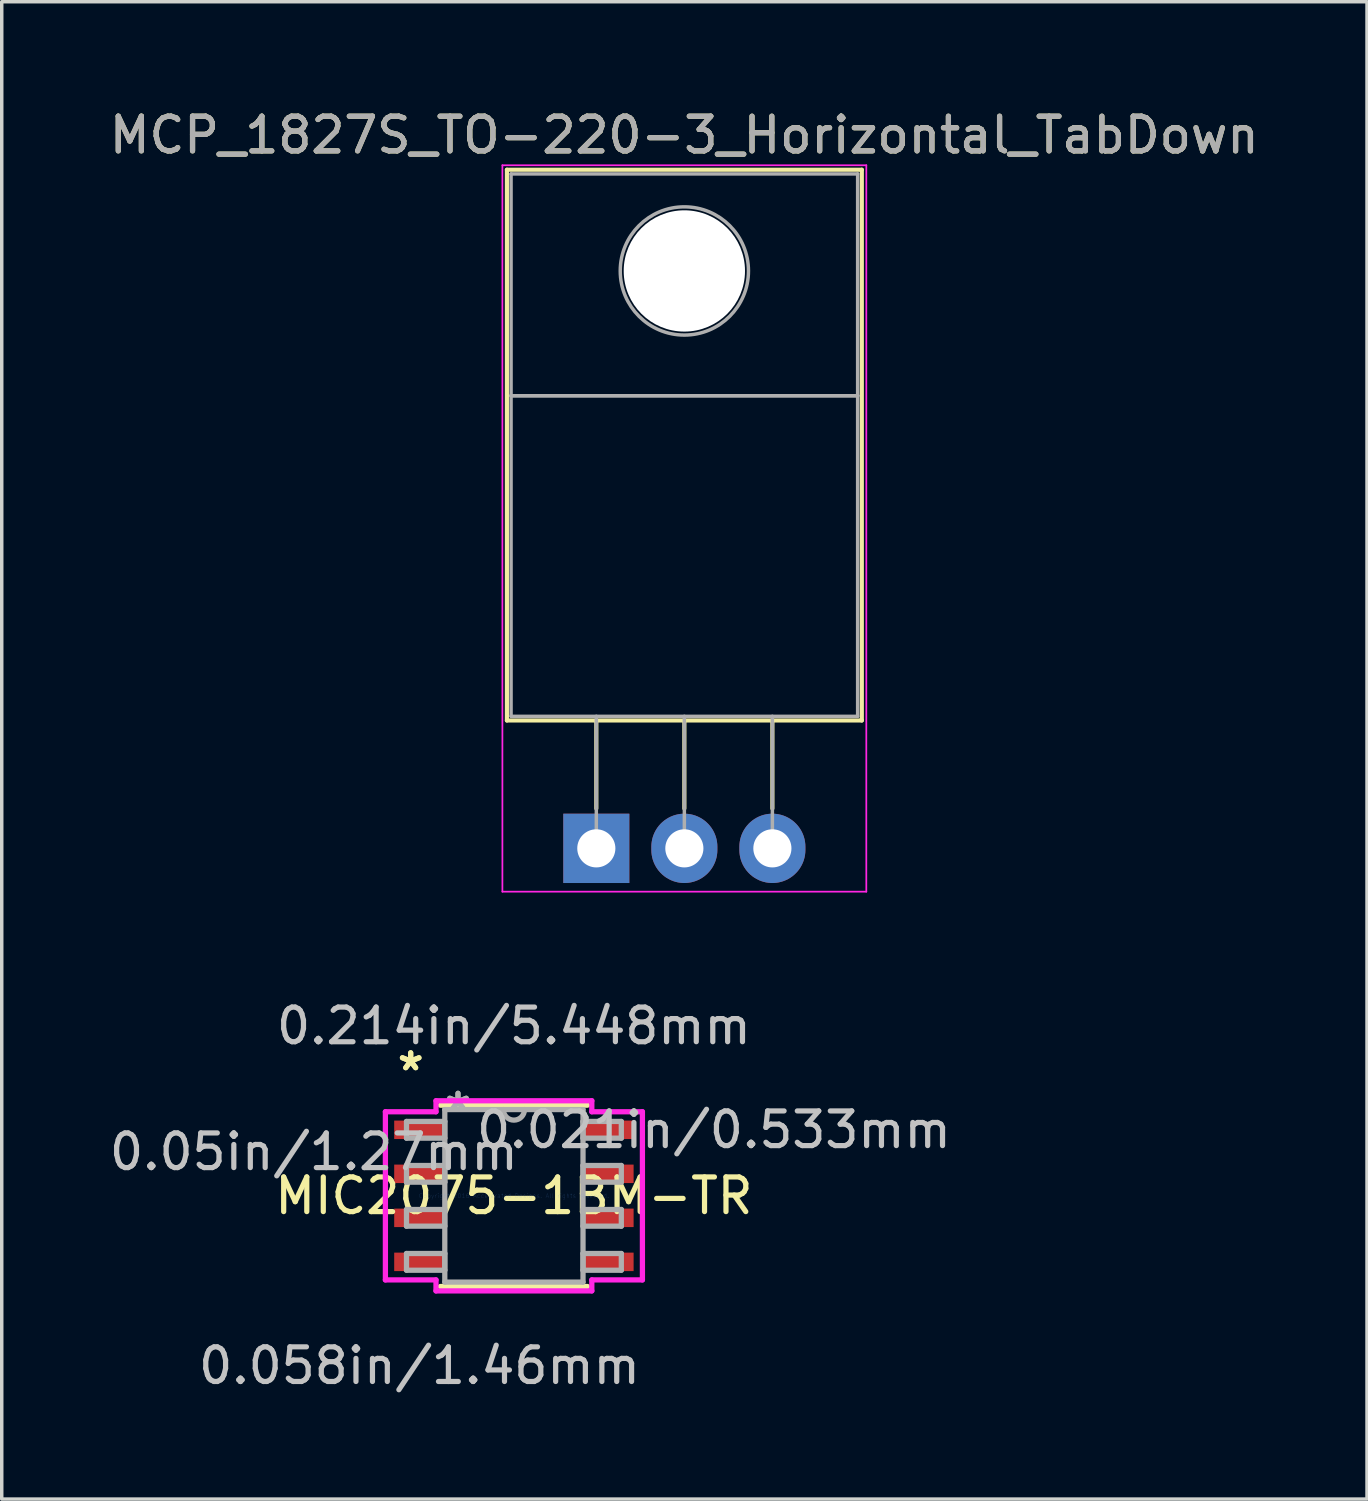
<source format=kicad_pcb>
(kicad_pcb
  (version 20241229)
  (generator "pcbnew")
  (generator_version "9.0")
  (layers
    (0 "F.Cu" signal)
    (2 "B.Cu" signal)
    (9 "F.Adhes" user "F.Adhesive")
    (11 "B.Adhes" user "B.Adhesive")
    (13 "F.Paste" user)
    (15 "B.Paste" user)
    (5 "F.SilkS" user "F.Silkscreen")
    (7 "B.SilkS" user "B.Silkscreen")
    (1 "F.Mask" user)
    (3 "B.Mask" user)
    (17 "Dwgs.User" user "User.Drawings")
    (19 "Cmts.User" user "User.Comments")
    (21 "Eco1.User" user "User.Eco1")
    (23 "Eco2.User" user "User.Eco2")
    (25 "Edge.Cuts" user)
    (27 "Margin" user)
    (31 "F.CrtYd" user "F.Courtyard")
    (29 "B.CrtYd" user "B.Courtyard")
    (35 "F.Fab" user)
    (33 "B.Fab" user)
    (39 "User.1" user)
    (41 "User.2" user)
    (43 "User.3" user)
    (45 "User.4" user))
  (footprint "MIC2075-1BM-TR"
    (layer "F.Cu")
    (at 11.778 31.454)
    (property "Reference" "MIC2075-1BM-TR" (at 0 0 0) (layer "F.SilkS") (effects (font (size 1 1) (thickness 0.15))))
    (attr through_hole)
    (fp_line (start -2.121 2.616) (end 2.121 2.616) (stroke (width 0.152) (type solid)) (layer "F.SilkS"))
    (fp_line (start 2.121 -2.616) (end -2.121 -2.616) (stroke (width 0.152) (type solid)) (layer "F.SilkS"))
    (fp_line (start -3.708 -2.426) (end -2.248 -2.426) (stroke (width 0.152) (type solid)) (layer "F.CrtYd"))
    (fp_line (start -3.708 2.426) (end -3.708 -2.426) (stroke (width 0.152) (type solid)) (layer "F.CrtYd"))
    (fp_line (start -2.248 -2.743) (end 2.248 -2.743) (stroke (width 0.152) (type solid)) (layer "F.CrtYd"))
    (fp_line (start -2.248 -2.426) (end -2.248 -2.743) (stroke (width 0.152) (type solid)) (layer "F.CrtYd"))
    (fp_line (start -2.248 2.426) (end -3.708 2.426) (stroke (width 0.152) (type solid)) (layer "F.CrtYd"))
    (fp_line (start -2.248 2.743) (end -2.248 2.426) (stroke (width 0.152) (type solid)) (layer "F.CrtYd"))
    (fp_line (start 2.248 -2.743) (end 2.248 -2.426) (stroke (width 0.152) (type solid)) (layer "F.CrtYd"))
    (fp_line (start 2.248 -2.426) (end 3.708 -2.426) (stroke (width 0.152) (type solid)) (layer "F.CrtYd"))
    (fp_line (start 2.248 2.426) (end 2.248 2.743) (stroke (width 0.152) (type solid)) (layer "F.CrtYd"))
    (fp_line (start 2.248 2.743) (end -2.248 2.743) (stroke (width 0.152) (type solid)) (layer "F.CrtYd"))
    (fp_line (start 3.708 -2.426) (end 3.708 2.426) (stroke (width 0.152) (type solid)) (layer "F.CrtYd"))
    (fp_line (start 3.708 2.426) (end 2.248 2.426) (stroke (width 0.152) (type solid)) (layer "F.CrtYd"))
    (fp_line (start -3.099 -2.146) (end -3.099 -1.664) (stroke (width 0.152) (type solid)) (layer "F.Fab"))
    (fp_line (start -3.099 -1.664) (end -1.994 -1.664) (stroke (width 0.152) (type solid)) (layer "F.Fab"))
    (fp_line (start -3.099 -0.876) (end -3.099 -0.394) (stroke (width 0.152) (type solid)) (layer "F.Fab"))
    (fp_line (start -3.099 -0.394) (end -1.994 -0.394) (stroke (width 0.152) (type solid)) (layer "F.Fab"))
    (fp_line (start -3.099 0.394) (end -3.099 0.876) (stroke (width 0.152) (type solid)) (layer "F.Fab"))
    (fp_line (start -3.099 0.876) (end -1.994 0.876) (stroke (width 0.152) (type solid)) (layer "F.Fab"))
    (fp_line (start -3.099 1.664) (end -3.099 2.146) (stroke (width 0.152) (type solid)) (layer "F.Fab"))
    (fp_line (start -3.099 2.146) (end -1.994 2.146) (stroke (width 0.152) (type solid)) (layer "F.Fab"))
    (fp_line (start -1.994 -2.489) (end -1.994 2.489) (stroke (width 0.152) (type solid)) (layer "F.Fab"))
    (fp_line (start -1.994 -2.146) (end -3.099 -2.146) (stroke (width 0.152) (type solid)) (layer "F.Fab"))
    (fp_line (start -1.994 -1.664) (end -1.994 -2.146) (stroke (width 0.152) (type solid)) (layer "F.Fab"))
    (fp_line (start -1.994 -0.876) (end -3.099 -0.876) (stroke (width 0.152) (type solid)) (layer "F.Fab"))
    (fp_line (start -1.994 -0.394) (end -1.994 -0.876) (stroke (width 0.152) (type solid)) (layer "F.Fab"))
    (fp_line (start -1.994 0.394) (end -3.099 0.394) (stroke (width 0.152) (type solid)) (layer "F.Fab"))
    (fp_line (start -1.994 0.876) (end -1.994 0.394) (stroke (width 0.152) (type solid)) (layer "F.Fab"))
    (fp_line (start -1.994 1.664) (end -3.099 1.664) (stroke (width 0.152) (type solid)) (layer "F.Fab"))
    (fp_line (start -1.994 2.146) (end -1.994 1.664) (stroke (width 0.152) (type solid)) (layer "F.Fab"))
    (fp_line (start -1.994 2.489) (end 1.994 2.489) (stroke (width 0.152) (type solid)) (layer "F.Fab"))
    (fp_line (start 1.994 -2.489) (end -1.994 -2.489) (stroke (width 0.152) (type solid)) (layer "F.Fab"))
    (fp_line (start 1.994 -2.146) (end 1.994 -1.664) (stroke (width 0.152) (type solid)) (layer "F.Fab"))
    (fp_line (start 1.994 -1.664) (end 3.099 -1.664) (stroke (width 0.152) (type solid)) (layer "F.Fab"))
    (fp_line (start 1.994 -0.876) (end 1.994 -0.394) (stroke (width 0.152) (type solid)) (layer "F.Fab"))
    (fp_line (start 1.994 -0.394) (end 3.099 -0.394) (stroke (width 0.152) (type solid)) (layer "F.Fab"))
    (fp_line (start 1.994 0.394) (end 1.994 0.876) (stroke (width 0.152) (type solid)) (layer "F.Fab"))
    (fp_line (start 1.994 0.876) (end 3.099 0.876) (stroke (width 0.152) (type solid)) (layer "F.Fab"))
    (fp_line (start 1.994 1.664) (end 1.994 2.146) (stroke (width 0.152) (type solid)) (layer "F.Fab"))
    (fp_line (start 1.994 2.146) (end 3.099 2.146) (stroke (width 0.152) (type solid)) (layer "F.Fab"))
    (fp_line (start 1.994 2.489) (end 1.994 -2.489) (stroke (width 0.152) (type solid)) (layer "F.Fab"))
    (fp_line (start 3.099 -2.146) (end 1.994 -2.146) (stroke (width 0.152) (type solid)) (layer "F.Fab"))
    (fp_line (start 3.099 -1.664) (end 3.099 -2.146) (stroke (width 0.152) (type solid)) (layer "F.Fab"))
    (fp_line (start 3.099 -0.876) (end 1.994 -0.876) (stroke (width 0.152) (type solid)) (layer "F.Fab"))
    (fp_line (start 3.099 -0.394) (end 3.099 -0.876) (stroke (width 0.152) (type solid)) (layer "F.Fab"))
    (fp_line (start 3.099 0.394) (end 1.994 0.394) (stroke (width 0.152) (type solid)) (layer "F.Fab"))
    (fp_line (start 3.099 0.876) (end 3.099 0.394) (stroke (width 0.152) (type solid)) (layer "F.Fab"))
    (fp_line (start 3.099 1.664) (end 1.994 1.664) (stroke (width 0.152) (type solid)) (layer "F.Fab"))
    (fp_line (start 3.099 2.146) (end 3.099 1.664) (stroke (width 0.152) (type solid)) (layer "F.Fab"))
    (fp_arc (start 0.3048 -2.4892) (mid 0 -2.1844) (end -0.3048 -2.4892) (stroke (width 0.1524) (type solid)) (layer "F.Fab"))
    (fp_text user "*" (at -2.978 -3.581 0) (layer "F.SilkS") (effects (font (size 1 1) (thickness 0.15))))
    (fp_text user "*" (at -2.978 -3.581 0) (layer "F.SilkS") (effects (font (size 1 1) (thickness 0.15))))
    (fp_text user "0.214in/5.448mm" (at 0 -4.902 0) (layer "Dwgs.User") (effects (font (size 1 1) (thickness 0.15))))
    (fp_text user "0.058in/1.46mm" (at -2.724 4.902 0) (layer "Dwgs.User") (effects (font (size 1 1) (thickness 0.15))))
    (fp_text user "0.05in/1.27mm" (at -5.772 -1.27 0) (layer "Dwgs.User") (effects (font (size 1 1) (thickness 0.15))))
    (fp_text user "0.021in/0.533mm" (at 5.772 -1.905 0) (layer "Dwgs.User") (effects (font (size 1 1) (thickness 0.15))))
    (fp_text user "Copyright 2016 Accelerated Designs. All rights reserved." (at 0 0 0) (layer "Cmts.User") (effects (font (size 0.127 0.127) (thickness 0.002))))
    (fp_text user "*" (at -1.613 -2.413 0) (layer "F.Fab") (effects (font (size 1 1) (thickness 0.15))))
    (fp_text user "*" (at -1.613 -2.413 0) (layer "F.Fab") (effects (font (size 1 1) (thickness 0.15))))
    (pad "1" smd rect (at -2.724 -1.905) (size 1.46 0.533) (layers "F.Cu" "F.Mask" "F.Paste"))
    (pad "2" smd rect (at -2.724 -0.635) (size 1.46 0.533) (layers "F.Cu" "F.Mask" "F.Paste"))
    (pad "3" smd rect (at -2.724 0.635) (size 1.46 0.533) (layers "F.Cu" "F.Mask" "F.Paste"))
    (pad "4" smd rect (at -2.724 1.905) (size 1.46 0.533) (layers "F.Cu" "F.Mask" "F.Paste"))
    (pad "5" smd rect (at 2.724 1.905) (size 1.46 0.533) (layers "F.Cu" "F.Mask" "F.Paste"))
    (pad "6" smd rect (at 2.724 0.635) (size 1.46 0.533) (layers "F.Cu" "F.Mask" "F.Paste"))
    (pad "7" smd rect (at 2.724 -0.635) (size 1.46 0.533) (layers "F.Cu" "F.Mask" "F.Paste"))
    (pad "8" smd rect (at 2.724 -1.905) (size 1.46 0.533) (layers "F.Cu" "F.Mask" "F.Paste")))
  (footprint "MCP_1827S_TO-220-3_Horizontal_TabDown"
    (layer "F.Cu")
    (at 14.156 21.428)
    (property "Reference" "MCP_1827S_TO-220-3_Horizontal_TabDown" (at 2.54 -20.58 0) (layer "F.SilkS") (effects (font (size 1 1) (thickness 0.15))))
    (attr through_hole)
    (fp_line (start -2.58 -19.58) (end -2.58 -3.69) (stroke (width 0.12) (type solid)) (layer "F.SilkS"))
    (fp_line (start -2.58 -19.58) (end 7.66 -19.58) (stroke (width 0.12) (type solid)) (layer "F.SilkS"))
    (fp_line (start -2.58 -3.69) (end 7.66 -3.69) (stroke (width 0.12) (type solid)) (layer "F.SilkS"))
    (fp_line (start 0 -3.69) (end 0 -1.15) (stroke (width 0.12) (type solid)) (layer "F.SilkS"))
    (fp_line (start 2.54 -3.69) (end 2.54 -1.15) (stroke (width 0.12) (type solid)) (layer "F.SilkS"))
    (fp_line (start 5.08 -3.69) (end 5.08 -1.15) (stroke (width 0.12) (type solid)) (layer "F.SilkS"))
    (fp_line (start 7.66 -19.58) (end 7.66 -3.69) (stroke (width 0.12) (type solid)) (layer "F.SilkS"))
    (fp_line (start -2.71 -19.71) (end -2.71 1.25) (stroke (width 0.05) (type solid)) (layer "F.CrtYd"))
    (fp_line (start -2.71 1.25) (end 7.79 1.25) (stroke (width 0.05) (type solid)) (layer "F.CrtYd"))
    (fp_line (start 7.79 -19.71) (end -2.71 -19.71) (stroke (width 0.05) (type solid)) (layer "F.CrtYd"))
    (fp_line (start 7.79 1.25) (end 7.79 -19.71) (stroke (width 0.05) (type solid)) (layer "F.CrtYd"))
    (fp_line (start -2.46 -19.46) (end 7.54 -19.46) (stroke (width 0.1) (type solid)) (layer "F.Fab"))
    (fp_line (start -2.46 -13.06) (end -2.46 -19.46) (stroke (width 0.1) (type solid)) (layer "F.Fab"))
    (fp_line (start -2.46 -13.06) (end 7.54 -13.06) (stroke (width 0.1) (type solid)) (layer "F.Fab"))
    (fp_line (start -2.46 -3.81) (end -2.46 -13.06) (stroke (width 0.1) (type solid)) (layer "F.Fab"))
    (fp_line (start 0 -3.81) (end 0 0) (stroke (width 0.1) (type solid)) (layer "F.Fab"))
    (fp_line (start 2.54 -3.81) (end 2.54 0) (stroke (width 0.1) (type solid)) (layer "F.Fab"))
    (fp_line (start 5.08 -3.81) (end 5.08 0) (stroke (width 0.1) (type solid)) (layer "F.Fab"))
    (fp_line (start 7.54 -19.46) (end 7.54 -13.06) (stroke (width 0.1) (type solid)) (layer "F.Fab"))
    (fp_line (start 7.54 -13.06) (end -2.46 -13.06) (stroke (width 0.1) (type solid)) (layer "F.Fab"))
    (fp_line (start 7.54 -13.06) (end 7.54 -3.81) (stroke (width 0.1) (type solid)) (layer "F.Fab"))
    (fp_line (start 7.54 -3.81) (end -2.46 -3.81) (stroke (width 0.1) (type solid)) (layer "F.Fab"))
    (fp_circle (center 2.54 -16.66) (end 4.39 -16.66) (stroke (width 0.1) (type solid)) (fill no) (layer "F.Fab"))
    (fp_text user "${REFERENCE}" (at 2.54 -20.58 0) (layer "F.Fab") (effects (font (size 1 1) (thickness 0.15))))
    (pad "" np_thru_hole oval (at 2.54 -16.66) (size 3.5 3.5) (drill 3.5) (layers "*.Cu" "*.Mask"))
    (pad "1" thru_hole rect (at 0 0) (size 1.905 2) (drill 1.1) (layers "*.Cu" "*.Mask"))
    (pad "2" thru_hole oval (at 2.54 0) (size 1.905 2) (drill 1.1) (layers "*.Cu" "*.Mask"))
    (pad "3" thru_hole oval (at 5.08 0) (size 1.905 2) (drill 1.1) (layers "*.Cu" "*.Mask")))
  (gr_rect
    (start -3 -3)
    (end 36.393 40.204)
    (stroke (width 0.1) (type default))
    (fill no)
    (layer "Edge.Cuts")))
</source>
